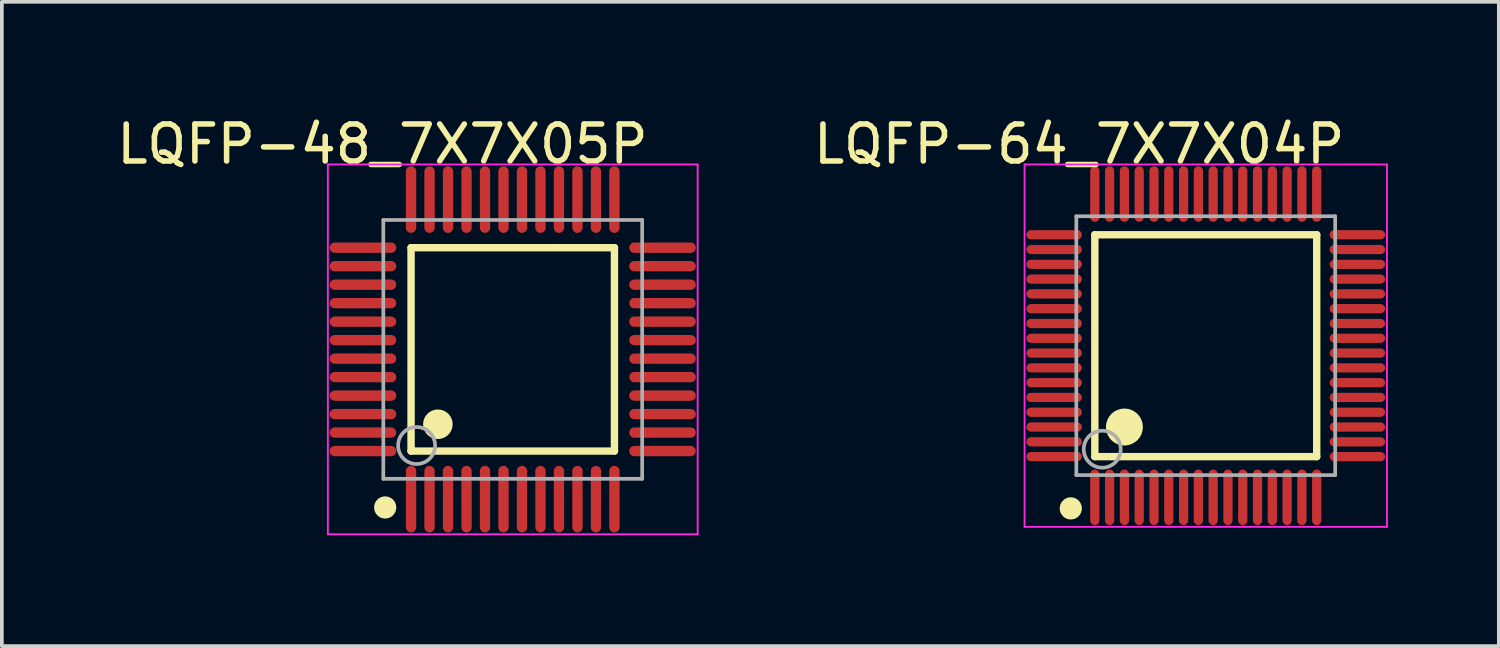
<source format=kicad_pcb>
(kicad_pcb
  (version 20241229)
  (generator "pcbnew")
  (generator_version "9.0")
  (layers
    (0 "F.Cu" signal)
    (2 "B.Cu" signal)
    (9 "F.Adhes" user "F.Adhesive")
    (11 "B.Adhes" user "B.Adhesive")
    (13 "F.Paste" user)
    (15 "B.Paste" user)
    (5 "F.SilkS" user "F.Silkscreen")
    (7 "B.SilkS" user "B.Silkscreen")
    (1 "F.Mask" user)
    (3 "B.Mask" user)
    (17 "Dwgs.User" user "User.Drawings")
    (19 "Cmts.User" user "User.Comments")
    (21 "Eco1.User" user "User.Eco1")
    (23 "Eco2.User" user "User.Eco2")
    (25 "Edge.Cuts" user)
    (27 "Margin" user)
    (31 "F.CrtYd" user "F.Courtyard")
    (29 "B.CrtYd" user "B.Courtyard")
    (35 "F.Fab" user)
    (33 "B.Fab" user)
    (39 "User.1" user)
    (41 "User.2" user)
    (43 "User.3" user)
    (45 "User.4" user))
  (footprint "LQFP-48_7X7X05P"
    (layer "F.Cu")
    (at 10.816 6.398)
    (property "Reference" "LQFP-48_7X7X05P" (at -3.524 -5.55 0) (layer "F.SilkS") (effects (font (size 1 1) (thickness 0.15))))
    (attr through_hole)
    (fp_line (start -2.75 -2.75) (end 2.75 -2.75) (stroke (width 0.2) (type solid)) (layer "F.SilkS"))
    (fp_line (start -2.75 2.75) (end -2.75 -2.75) (stroke (width 0.2) (type solid)) (layer "F.SilkS"))
    (fp_line (start -2.75 2.75) (end 2.75 2.75) (stroke (width 0.2) (type solid)) (layer "F.SilkS"))
    (fp_line (start 2.75 2.75) (end 2.75 -2.75) (stroke (width 0.2) (type solid)) (layer "F.SilkS"))
    (fp_circle (center -3.45 4.275) (end -3.3 4.275) (stroke (width 0.3) (type solid)) (fill no) (layer "F.SilkS"))
    (fp_circle (center -2.025 2.025) (end -1.825 2.025) (stroke (width 0.4) (type solid)) (fill no) (layer "F.SilkS"))
    (fp_line (start -5 -5) (end 5 -5) (stroke (width 0.05) (type solid)) (layer "F.CrtYd"))
    (fp_line (start -5 5) (end -5 -5) (stroke (width 0.05) (type solid)) (layer "F.CrtYd"))
    (fp_line (start 5 -5) (end 5 5) (stroke (width 0.05) (type solid)) (layer "F.CrtYd"))
    (fp_line (start 5 5) (end -5 5) (stroke (width 0.05) (type solid)) (layer "F.CrtYd"))
    (fp_line (start -3.5 -3.5) (end 3.5 -3.5) (stroke (width 0.1) (type solid)) (layer "F.Fab"))
    (fp_line (start -3.5 3.5) (end -3.5 -3.5) (stroke (width 0.1) (type solid)) (layer "F.Fab"))
    (fp_line (start -3.5 3.5) (end 3.5 3.5) (stroke (width 0.1) (type solid)) (layer "F.Fab"))
    (fp_line (start 3.5 3.5) (end 3.5 -3.5) (stroke (width 0.1) (type solid)) (layer "F.Fab"))
    (fp_circle (center -2.6 2.6) (end -2.1 2.6) (stroke (width 0.1) (type solid)) (fill no) (layer "F.Fab"))
    (pad "1" smd oval (at -2.75 4.05 180) (size 0.28 1.8) (layers "F.Cu" "F.Mask" "F.Paste"))
    (pad "2" smd oval (at -2.25 4.05 180) (size 0.28 1.8) (layers "F.Cu" "F.Mask" "F.Paste"))
    (pad "3" smd oval (at -1.75 4.05 180) (size 0.28 1.8) (layers "F.Cu" "F.Mask" "F.Paste"))
    (pad "4" smd oval (at -1.25 4.05 180) (size 0.28 1.8) (layers "F.Cu" "F.Mask" "F.Paste"))
    (pad "5" smd oval (at -0.75 4.05 180) (size 0.28 1.8) (layers "F.Cu" "F.Mask" "F.Paste"))
    (pad "6" smd oval (at -0.25 4.05 180) (size 0.28 1.8) (layers "F.Cu" "F.Mask" "F.Paste"))
    (pad "7" smd oval (at 0.25 4.05 180) (size 0.28 1.8) (layers "F.Cu" "F.Mask" "F.Paste"))
    (pad "8" smd oval (at 0.75 4.05 180) (size 0.28 1.8) (layers "F.Cu" "F.Mask" "F.Paste"))
    (pad "9" smd oval (at 1.25 4.05 180) (size 0.28 1.8) (layers "F.Cu" "F.Mask" "F.Paste"))
    (pad "10" smd oval (at 1.75 4.05 180) (size 0.28 1.8) (layers "F.Cu" "F.Mask" "F.Paste"))
    (pad "11" smd oval (at 2.25 4.05 180) (size 0.28 1.8) (layers "F.Cu" "F.Mask" "F.Paste"))
    (pad "12" smd oval (at 2.75 4.05 180) (size 0.28 1.8) (layers "F.Cu" "F.Mask" "F.Paste"))
    (pad "13" smd oval (at 4.05 2.75 90) (size 0.28 1.8) (layers "F.Cu" "F.Mask" "F.Paste"))
    (pad "14" smd oval (at 4.05 2.25 90) (size 0.28 1.8) (layers "F.Cu" "F.Mask" "F.Paste"))
    (pad "15" smd oval (at 4.05 1.75 90) (size 0.28 1.8) (layers "F.Cu" "F.Mask" "F.Paste"))
    (pad "16" smd oval (at 4.05 1.25 90) (size 0.28 1.8) (layers "F.Cu" "F.Mask" "F.Paste"))
    (pad "17" smd oval (at 4.05 0.75 90) (size 0.28 1.8) (layers "F.Cu" "F.Mask" "F.Paste"))
    (pad "18" smd oval (at 4.05 0.25 90) (size 0.28 1.8) (layers "F.Cu" "F.Mask" "F.Paste"))
    (pad "19" smd oval (at 4.05 -0.25 90) (size 0.28 1.8) (layers "F.Cu" "F.Mask" "F.Paste"))
    (pad "20" smd oval (at 4.05 -0.75 90) (size 0.28 1.8) (layers "F.Cu" "F.Mask" "F.Paste"))
    (pad "21" smd oval (at 4.05 -1.25 90) (size 0.28 1.8) (layers "F.Cu" "F.Mask" "F.Paste"))
    (pad "22" smd oval (at 4.05 -1.75 90) (size 0.28 1.8) (layers "F.Cu" "F.Mask" "F.Paste"))
    (pad "23" smd oval (at 4.05 -2.25 90) (size 0.28 1.8) (layers "F.Cu" "F.Mask" "F.Paste"))
    (pad "24" smd oval (at 4.05 -2.75 90) (size 0.28 1.8) (layers "F.Cu" "F.Mask" "F.Paste"))
    (pad "25" smd oval (at 2.75 -4.05 180) (size 0.28 1.8) (layers "F.Cu" "F.Mask" "F.Paste"))
    (pad "26" smd oval (at 2.25 -4.05 180) (size 0.28 1.8) (layers "F.Cu" "F.Mask" "F.Paste"))
    (pad "27" smd oval (at 1.75 -4.05 180) (size 0.28 1.8) (layers "F.Cu" "F.Mask" "F.Paste"))
    (pad "28" smd oval (at 1.25 -4.05 180) (size 0.28 1.8) (layers "F.Cu" "F.Mask" "F.Paste"))
    (pad "29" smd oval (at 0.75 -4.05 180) (size 0.28 1.8) (layers "F.Cu" "F.Mask" "F.Paste"))
    (pad "30" smd oval (at 0.25 -4.05 180) (size 0.28 1.8) (layers "F.Cu" "F.Mask" "F.Paste"))
    (pad "31" smd oval (at -0.25 -4.05 180) (size 0.28 1.8) (layers "F.Cu" "F.Mask" "F.Paste"))
    (pad "32" smd oval (at -0.75 -4.05 180) (size 0.28 1.8) (layers "F.Cu" "F.Mask" "F.Paste"))
    (pad "33" smd oval (at -1.25 -4.05 180) (size 0.28 1.8) (layers "F.Cu" "F.Mask" "F.Paste"))
    (pad "34" smd oval (at -1.75 -4.05 180) (size 0.28 1.8) (layers "F.Cu" "F.Mask" "F.Paste"))
    (pad "35" smd oval (at -2.25 -4.05 180) (size 0.28 1.8) (layers "F.Cu" "F.Mask" "F.Paste"))
    (pad "36" smd oval (at -2.75 -4.05 180) (size 0.28 1.8) (layers "F.Cu" "F.Mask" "F.Paste"))
    (pad "37" smd oval (at -4.05 -2.75 90) (size 0.28 1.8) (layers "F.Cu" "F.Mask" "F.Paste"))
    (pad "38" smd oval (at -4.05 -2.25 90) (size 0.28 1.8) (layers "F.Cu" "F.Mask" "F.Paste"))
    (pad "39" smd oval (at -4.05 -1.75 90) (size 0.28 1.8) (layers "F.Cu" "F.Mask" "F.Paste"))
    (pad "40" smd oval (at -4.05 -1.25 90) (size 0.28 1.8) (layers "F.Cu" "F.Mask" "F.Paste"))
    (pad "41" smd oval (at -4.05 -0.75 90) (size 0.28 1.8) (layers "F.Cu" "F.Mask" "F.Paste"))
    (pad "42" smd oval (at -4.05 -0.25 90) (size 0.28 1.8) (layers "F.Cu" "F.Mask" "F.Paste"))
    (pad "43" smd oval (at -4.05 0.25 90) (size 0.28 1.8) (layers "F.Cu" "F.Mask" "F.Paste"))
    (pad "44" smd oval (at -4.05 0.75 90) (size 0.28 1.8) (layers "F.Cu" "F.Mask" "F.Paste"))
    (pad "45" smd oval (at -4.05 1.25 90) (size 0.28 1.8) (layers "F.Cu" "F.Mask" "F.Paste"))
    (pad "46" smd oval (at -4.05 1.75 90) (size 0.28 1.8) (layers "F.Cu" "F.Mask" "F.Paste"))
    (pad "47" smd oval (at -4.05 2.25 90) (size 0.28 1.8) (layers "F.Cu" "F.Mask" "F.Paste"))
    (pad "48" smd oval (at -4.05 2.75 90) (size 0.28 1.8) (layers "F.Cu" "F.Mask" "F.Paste")))
  (footprint "LQFP-64_7X7X04P"
    (layer "F.Cu")
    (at 29.557 6.298)
    (property "Reference" "LQFP-64_7X7X04P" (at -3.424 -5.45 0) (layer "F.SilkS") (effects (font (size 1 1) (thickness 0.15))))
    (attr through_hole)
    (fp_line (start -3 -3) (end 3 -3) (stroke (width 0.2) (type solid)) (layer "F.SilkS"))
    (fp_line (start -3 3) (end -3 -3) (stroke (width 0.2) (type solid)) (layer "F.SilkS"))
    (fp_line (start -3 3) (end 3 3) (stroke (width 0.2) (type solid)) (layer "F.SilkS"))
    (fp_line (start 3 3) (end 3 -3) (stroke (width 0.2) (type solid)) (layer "F.SilkS"))
    (fp_circle (center -3.65 4.4) (end -3.5 4.4) (stroke (width 0.3) (type solid)) (fill no) (layer "F.SilkS"))
    (fp_circle (center -2.2 2.2) (end -1.95 2.2) (stroke (width 0.5) (type solid)) (fill no) (layer "F.SilkS"))
    (fp_line (start -4.9 -4.9) (end 4.9 -4.9) (stroke (width 0.05) (type solid)) (layer "F.CrtYd"))
    (fp_line (start -4.9 4.9) (end -4.9 -4.9) (stroke (width 0.05) (type solid)) (layer "F.CrtYd"))
    (fp_line (start 4.9 -4.9) (end 4.9 4.9) (stroke (width 0.05) (type solid)) (layer "F.CrtYd"))
    (fp_line (start 4.9 4.9) (end -4.9 4.9) (stroke (width 0.05) (type solid)) (layer "F.CrtYd"))
    (fp_line (start -3.5 -3.5) (end 3.5 -3.5) (stroke (width 0.1) (type solid)) (layer "F.Fab"))
    (fp_line (start -3.5 3.5) (end -3.5 -3.5) (stroke (width 0.1) (type solid)) (layer "F.Fab"))
    (fp_line (start -3.5 3.5) (end 3.5 3.5) (stroke (width 0.1) (type solid)) (layer "F.Fab"))
    (fp_line (start 3.5 3.5) (end 3.5 -3.5) (stroke (width 0.1) (type solid)) (layer "F.Fab"))
    (fp_circle (center -2.8 2.8) (end -2.3 2.8) (stroke (width 0.1) (type solid)) (fill no) (layer "F.Fab"))
    (pad "1" smd oval (at -3 4.1) (size 0.25 1.5) (layers "F.Cu" "F.Mask" "F.Paste"))
    (pad "2" smd oval (at -2.6 4.1) (size 0.25 1.5) (layers "F.Cu" "F.Mask" "F.Paste"))
    (pad "3" smd oval (at -2.2 4.1) (size 0.25 1.5) (layers "F.Cu" "F.Mask" "F.Paste"))
    (pad "4" smd oval (at -1.8 4.1) (size 0.25 1.5) (layers "F.Cu" "F.Mask" "F.Paste"))
    (pad "5" smd oval (at -1.4 4.1) (size 0.25 1.5) (layers "F.Cu" "F.Mask" "F.Paste"))
    (pad "6" smd oval (at -1 4.1) (size 0.25 1.5) (layers "F.Cu" "F.Mask" "F.Paste"))
    (pad "7" smd oval (at -0.6 4.1) (size 0.25 1.5) (layers "F.Cu" "F.Mask" "F.Paste"))
    (pad "8" smd oval (at -0.2 4.1) (size 0.25 1.5) (layers "F.Cu" "F.Mask" "F.Paste"))
    (pad "9" smd oval (at 0.2 4.1) (size 0.25 1.5) (layers "F.Cu" "F.Mask" "F.Paste"))
    (pad "10" smd oval (at 0.6 4.1) (size 0.25 1.5) (layers "F.Cu" "F.Mask" "F.Paste"))
    (pad "11" smd oval (at 1 4.1) (size 0.25 1.5) (layers "F.Cu" "F.Mask" "F.Paste"))
    (pad "12" smd oval (at 1.4 4.1) (size 0.25 1.5) (layers "F.Cu" "F.Mask" "F.Paste"))
    (pad "13" smd oval (at 1.8 4.1) (size 0.25 1.5) (layers "F.Cu" "F.Mask" "F.Paste"))
    (pad "14" smd oval (at 2.2 4.1) (size 0.25 1.5) (layers "F.Cu" "F.Mask" "F.Paste"))
    (pad "15" smd oval (at 2.6 4.1) (size 0.25 1.5) (layers "F.Cu" "F.Mask" "F.Paste"))
    (pad "16" smd oval (at 3 4.1) (size 0.25 1.5) (layers "F.Cu" "F.Mask" "F.Paste"))
    (pad "17" smd oval (at 4.1 3 90) (size 0.25 1.5) (layers "F.Cu" "F.Mask" "F.Paste"))
    (pad "18" smd oval (at 4.1 2.6 90) (size 0.25 1.5) (layers "F.Cu" "F.Mask" "F.Paste"))
    (pad "19" smd oval (at 4.1 2.2 90) (size 0.25 1.5) (layers "F.Cu" "F.Mask" "F.Paste"))
    (pad "20" smd oval (at 4.1 1.8 90) (size 0.25 1.5) (layers "F.Cu" "F.Mask" "F.Paste"))
    (pad "21" smd oval (at 4.1 1.4 90) (size 0.25 1.5) (layers "F.Cu" "F.Mask" "F.Paste"))
    (pad "22" smd oval (at 4.1 1 90) (size 0.25 1.5) (layers "F.Cu" "F.Mask" "F.Paste"))
    (pad "23" smd oval (at 4.1 0.6 90) (size 0.25 1.5) (layers "F.Cu" "F.Mask" "F.Paste"))
    (pad "24" smd oval (at 4.1 0.2 90) (size 0.25 1.5) (layers "F.Cu" "F.Mask" "F.Paste"))
    (pad "25" smd oval (at 4.1 -0.2 90) (size 0.25 1.5) (layers "F.Cu" "F.Mask" "F.Paste"))
    (pad "26" smd oval (at 4.1 -0.6 90) (size 0.25 1.5) (layers "F.Cu" "F.Mask" "F.Paste"))
    (pad "27" smd oval (at 4.1 -1 90) (size 0.25 1.5) (layers "F.Cu" "F.Mask" "F.Paste"))
    (pad "28" smd oval (at 4.1 -1.4 90) (size 0.25 1.5) (layers "F.Cu" "F.Mask" "F.Paste"))
    (pad "29" smd oval (at 4.1 -1.8 90) (size 0.25 1.5) (layers "F.Cu" "F.Mask" "F.Paste"))
    (pad "30" smd oval (at 4.1 -2.2 90) (size 0.25 1.5) (layers "F.Cu" "F.Mask" "F.Paste"))
    (pad "31" smd oval (at 4.1 -2.6 90) (size 0.25 1.5) (layers "F.Cu" "F.Mask" "F.Paste"))
    (pad "32" smd oval (at 4.1 -3 90) (size 0.25 1.5) (layers "F.Cu" "F.Mask" "F.Paste"))
    (pad "33" smd oval (at 3 -4.1 180) (size 0.25 1.5) (layers "F.Cu" "F.Mask" "F.Paste"))
    (pad "34" smd oval (at 2.6 -4.1 180) (size 0.25 1.5) (layers "F.Cu" "F.Mask" "F.Paste"))
    (pad "35" smd oval (at 2.2 -4.1 180) (size 0.25 1.5) (layers "F.Cu" "F.Mask" "F.Paste"))
    (pad "36" smd oval (at 1.8 -4.1 180) (size 0.25 1.5) (layers "F.Cu" "F.Mask" "F.Paste"))
    (pad "37" smd oval (at 1.4 -4.1 180) (size 0.25 1.5) (layers "F.Cu" "F.Mask" "F.Paste"))
    (pad "38" smd oval (at 1 -4.1 180) (size 0.25 1.5) (layers "F.Cu" "F.Mask" "F.Paste"))
    (pad "39" smd oval (at 0.6 -4.1 180) (size 0.25 1.5) (layers "F.Cu" "F.Mask" "F.Paste"))
    (pad "40" smd oval (at 0.2 -4.1 180) (size 0.25 1.5) (layers "F.Cu" "F.Mask" "F.Paste"))
    (pad "41" smd oval (at -0.2 -4.1 180) (size 0.25 1.5) (layers "F.Cu" "F.Mask" "F.Paste"))
    (pad "42" smd oval (at -0.6 -4.1 180) (size 0.25 1.5) (layers "F.Cu" "F.Mask" "F.Paste"))
    (pad "43" smd oval (at -1 -4.1 180) (size 0.25 1.5) (layers "F.Cu" "F.Mask" "F.Paste"))
    (pad "44" smd oval (at -1.4 -4.1 180) (size 0.25 1.5) (layers "F.Cu" "F.Mask" "F.Paste"))
    (pad "45" smd oval (at -1.8 -4.1 180) (size 0.25 1.5) (layers "F.Cu" "F.Mask" "F.Paste"))
    (pad "46" smd oval (at -2.2 -4.1 180) (size 0.25 1.5) (layers "F.Cu" "F.Mask" "F.Paste"))
    (pad "47" smd oval (at -2.6 -4.1 180) (size 0.25 1.5) (layers "F.Cu" "F.Mask" "F.Paste"))
    (pad "48" smd oval (at -3 -4.1 180) (size 0.25 1.5) (layers "F.Cu" "F.Mask" "F.Paste"))
    (pad "49" smd oval (at -4.1 -3 270) (size 0.25 1.5) (layers "F.Cu" "F.Mask" "F.Paste"))
    (pad "50" smd oval (at -4.1 -2.6 270) (size 0.25 1.5) (layers "F.Cu" "F.Mask" "F.Paste"))
    (pad "51" smd oval (at -4.1 -2.2 270) (size 0.25 1.5) (layers "F.Cu" "F.Mask" "F.Paste"))
    (pad "52" smd oval (at -4.1 -1.8 270) (size 0.25 1.5) (layers "F.Cu" "F.Mask" "F.Paste"))
    (pad "53" smd oval (at -4.1 -1.4 270) (size 0.25 1.5) (layers "F.Cu" "F.Mask" "F.Paste"))
    (pad "54" smd oval (at -4.1 -1 270) (size 0.25 1.5) (layers "F.Cu" "F.Mask" "F.Paste"))
    (pad "55" smd oval (at -4.1 -0.6 270) (size 0.25 1.5) (layers "F.Cu" "F.Mask" "F.Paste"))
    (pad "56" smd oval (at -4.1 -0.2 270) (size 0.25 1.5) (layers "F.Cu" "F.Mask" "F.Paste"))
    (pad "57" smd oval (at -4.1 0.2 270) (size 0.25 1.5) (layers "F.Cu" "F.Mask" "F.Paste"))
    (pad "58" smd oval (at -4.1 0.6 270) (size 0.25 1.5) (layers "F.Cu" "F.Mask" "F.Paste"))
    (pad "59" smd oval (at -4.1 1 270) (size 0.25 1.5) (layers "F.Cu" "F.Mask" "F.Paste"))
    (pad "60" smd oval (at -4.1 1.4 270) (size 0.25 1.5) (layers "F.Cu" "F.Mask" "F.Paste"))
    (pad "61" smd oval (at -4.1 1.8 270) (size 0.25 1.5) (layers "F.Cu" "F.Mask" "F.Paste"))
    (pad "62" smd oval (at -4.1 2.2 270) (size 0.25 1.5) (layers "F.Cu" "F.Mask" "F.Paste"))
    (pad "63" smd oval (at -4.1 2.6 270) (size 0.25 1.5) (layers "F.Cu" "F.Mask" "F.Paste"))
    (pad "64" smd oval (at -4.1 3 270) (size 0.25 1.5) (layers "F.Cu" "F.Mask" "F.Paste")))
  (gr_rect
    (start -3 -3)
    (end 37.482 14.423)
    (stroke (width 0.1) (type default))
    (fill no)
    (layer "Edge.Cuts")))
</source>
